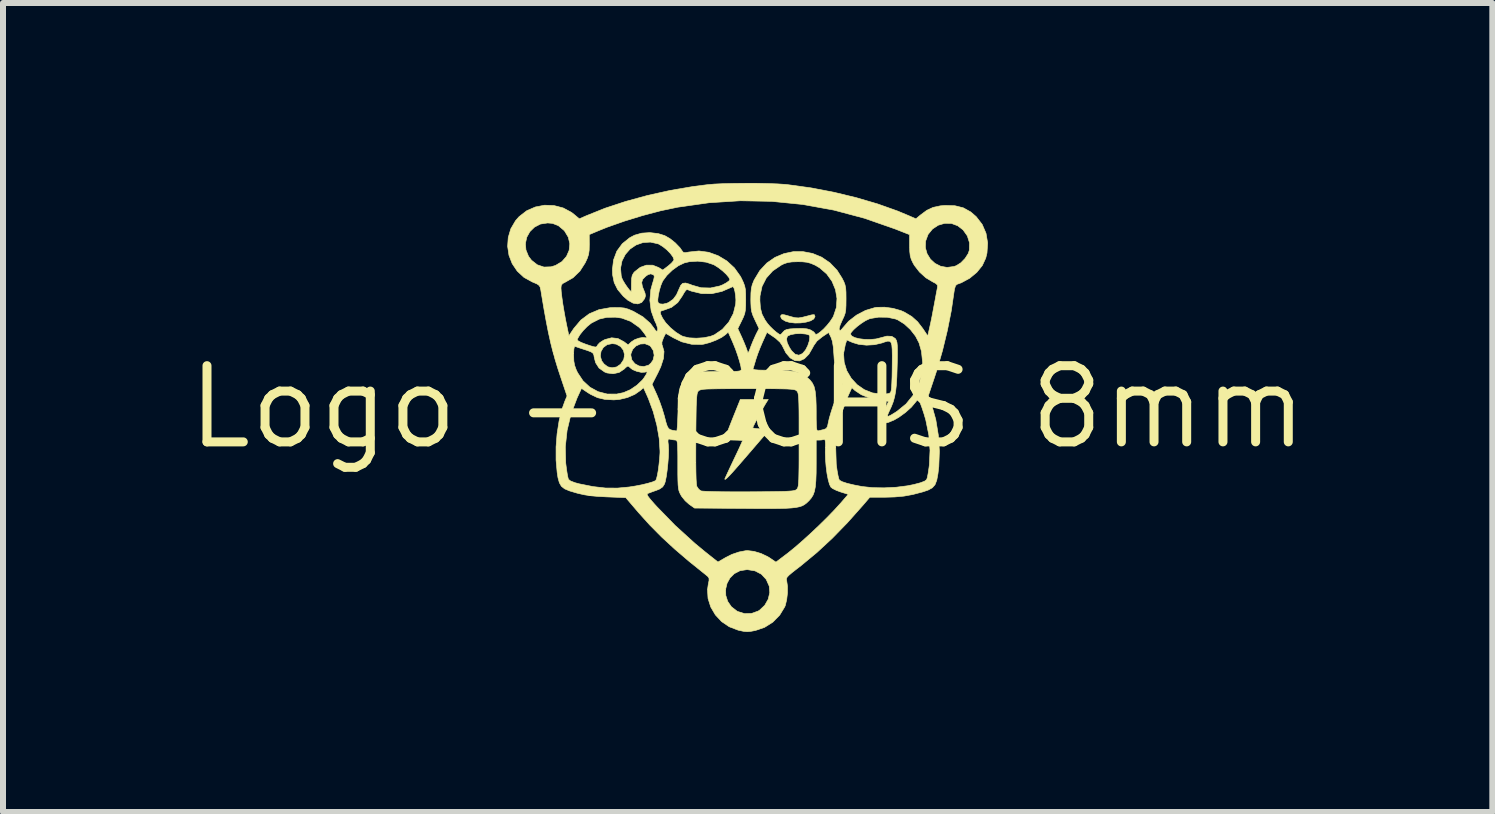
<source format=kicad_pcb>
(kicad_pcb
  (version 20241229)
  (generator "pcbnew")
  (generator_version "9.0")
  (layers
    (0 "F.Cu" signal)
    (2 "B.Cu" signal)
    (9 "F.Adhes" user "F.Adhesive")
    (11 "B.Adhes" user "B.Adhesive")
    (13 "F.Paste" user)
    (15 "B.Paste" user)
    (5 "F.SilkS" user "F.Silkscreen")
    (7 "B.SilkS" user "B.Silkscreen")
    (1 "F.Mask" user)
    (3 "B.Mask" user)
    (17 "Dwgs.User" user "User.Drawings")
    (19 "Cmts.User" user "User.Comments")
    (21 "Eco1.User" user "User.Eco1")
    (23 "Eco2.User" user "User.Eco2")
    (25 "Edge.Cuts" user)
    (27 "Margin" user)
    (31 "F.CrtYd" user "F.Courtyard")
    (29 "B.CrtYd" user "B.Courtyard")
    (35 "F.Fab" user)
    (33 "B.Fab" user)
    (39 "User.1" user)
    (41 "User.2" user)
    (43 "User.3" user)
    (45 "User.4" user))
  (footprint "Logo - CCHS 8mm"
    (layer "F.Cu")
    (at 9.411 3.735)
    (property "Reference" "Logo - CCHS 8mm" (at 0 0 0) (layer "F.SilkS") (effects (font (size 1.27 1.27) (thickness 0.15))))
    (attr through_hole)
    (fp_poly (pts (xy 0.613 -1.538) (xy 0.682 -1.519) (xy 0.712 -1.51) (xy 0.788 -1.49) (xy 0.848 -1.486) (xy 0.914 -1.497) (xy 0.925 -1.5) (xy 0.996 -1.518) (xy 1.056 -1.534) (xy 1.074 -1.538) (xy 1.111 -1.54) (xy 1.122 -1.513) (xy 1.122 -1.507) (xy 1.102 -1.469) (xy 1.05 -1.438) (xy 0.974 -1.416) (xy 0.884 -1.403) (xy 0.789 -1.401) (xy 0.697 -1.412) (xy 0.63 -1.432) (xy 0.57 -1.468) (xy 0.55 -1.505) (xy 0.555 -1.531) (xy 0.573 -1.542) (xy 0.613 -1.538)) (stroke (width 0.01) (type solid)) (fill yes) (layer "F.SilkS"))
    (fp_poly (pts (xy 0.313 -0.079) (xy 0.287 -0.036) (xy 0.25 0.029) (xy 0.208 0.106) (xy 0.165 0.184) (xy 0.127 0.256) (xy 0.099 0.312) (xy 0.085 0.343) (xy 0.085 0.345) (xy 0.104 0.352) (xy 0.155 0.359) (xy 0.226 0.364) (xy 0.226 0.364) (xy 0.367 0.37) (xy 0.009 0.787) (xy -0.108 0.922) (xy -0.2 1.028) (xy -0.27 1.106) (xy -0.321 1.16) (xy -0.355 1.192) (xy -0.374 1.205) (xy -0.381 1.201) (xy -0.381 1.199) (xy -0.372 1.178) (xy -0.348 1.126) (xy -0.312 1.048) (xy -0.267 0.952) (xy -0.233 0.88) (xy -0.183 0.775) (xy -0.14 0.684) (xy -0.108 0.613) (xy -0.089 0.57) (xy -0.085 0.56) (xy -0.104 0.555) (xy -0.155 0.552) (xy -0.227 0.55) (xy -0.233 0.55) (xy -0.306 0.548) (xy -0.359 0.543) (xy -0.381 0.535) (xy -0.381 0.534) (xy -0.374 0.51) (xy -0.353 0.454) (xy -0.321 0.372) (xy -0.282 0.272) (xy -0.252 0.196) (xy -0.122 -0.127) (xy 0.344 -0.127) (xy 0.313 -0.079)) (stroke (width 0.01) (type solid)) (fill yes) (layer "F.SilkS"))
    (fp_poly (pts (xy 0.153 -3.73) (xy 0.335 -3.726) (xy 0.499 -3.72) (xy 0.634 -3.711) (xy 0.677 -3.706) (xy 1.055 -3.654) (xy 1.436 -3.581) (xy 1.809 -3.491) (xy 2.167 -3.386) (xy 2.499 -3.268) (xy 2.688 -3.189) (xy 2.805 -3.138) (xy 2.879 -3.2) (xy 2.985 -3.279) (xy 3.09 -3.328) (xy 3.21 -3.354) (xy 3.291 -3.361) (xy 3.455 -3.356) (xy 3.595 -3.321) (xy 3.719 -3.252) (xy 3.809 -3.174) (xy 3.909 -3.045) (xy 3.973 -2.897) (xy 4 -2.736) (xy 3.989 -2.567) (xy 3.968 -2.482) (xy 3.911 -2.359) (xy 3.819 -2.245) (xy 3.7 -2.147) (xy 3.561 -2.072) (xy 3.489 -2.046) (xy 3.465 -2.023) (xy 3.448 -1.968) (xy 3.439 -1.912) (xy 3.394 -1.605) (xy 3.329 -1.277) (xy 3.248 -0.943) (xy 3.154 -0.617) (xy 3.113 -0.492) (xy 3.012 -0.191) (xy 3.07 -0.027) (xy 3.136 0.209) (xy 3.178 0.467) (xy 3.196 0.733) (xy 3.186 0.994) (xy 3.172 1.111) (xy 3.152 1.219) (xy 3.123 1.294) (xy 3.078 1.345) (xy 3.009 1.383) (xy 2.917 1.414) (xy 2.753 1.457) (xy 2.604 1.484) (xy 2.451 1.498) (xy 2.276 1.503) (xy 2.036 1.503) (xy 1.923 1.635) (xy 1.664 1.926) (xy 1.411 2.186) (xy 1.155 2.423) (xy 0.888 2.644) (xy 0.823 2.694) (xy 0.741 2.758) (xy 0.688 2.803) (xy 0.658 2.835) (xy 0.647 2.861) (xy 0.648 2.886) (xy 0.651 2.896) (xy 0.664 2.986) (xy 0.664 3.096) (xy 0.651 3.209) (xy 0.628 3.305) (xy 0.619 3.328) (xy 0.534 3.468) (xy 0.419 3.585) (xy 0.281 3.672) (xy 0.131 3.723) (xy 0.052 3.738) (xy -0.007 3.743) (xy -0.065 3.738) (xy -0.141 3.722) (xy -0.161 3.717) (xy -0.307 3.661) (xy -0.434 3.575) (xy -0.538 3.463) (xy -0.615 3.332) (xy -0.66 3.19) (xy -0.669 3.041) (xy -0.668 3.037) (xy -0.367 3.037) (xy -0.364 3.14) (xy -0.332 3.239) (xy -0.271 3.328) (xy -0.178 3.4) (xy -0.164 3.407) (xy -0.052 3.442) (xy 0.065 3.439) (xy 0.175 3.4) (xy 0.199 3.385) (xy 0.285 3.304) (xy 0.343 3.202) (xy 0.369 3.091) (xy 0.36 2.985) (xy 0.309 2.871) (xy 0.229 2.785) (xy 0.123 2.73) (xy -0.004 2.709) (xy -0.011 2.709) (xy -0.127 2.727) (xy -0.222 2.776) (xy -0.294 2.848) (xy -0.343 2.937) (xy -0.367 3.037) (xy -0.668 3.037) (xy -0.656 2.953) (xy -0.643 2.89) (xy -0.644 2.852) (xy -0.663 2.824) (xy -0.699 2.794) (xy -0.974 2.573) (xy -1.216 2.366) (xy -1.434 2.165) (xy -1.632 1.965) (xy -1.817 1.76) (xy -1.858 1.712) (xy -2.031 1.509) (xy -2.344 1.497) (xy -2.494 1.489) (xy -2.616 1.478) (xy -2.721 1.462) (xy -2.788 1.447) (xy -1.673 1.447) (xy -1.673 1.465) (xy -1.655 1.495) (xy -1.616 1.544) (xy -1.553 1.616) (xy -1.506 1.667) (xy -1.209 1.972) (xy -0.881 2.27) (xy -0.709 2.412) (xy -0.63 2.475) (xy -0.563 2.528) (xy -0.516 2.565) (xy -0.495 2.582) (xy -0.495 2.582) (xy -0.477 2.572) (xy -0.432 2.546) (xy -0.371 2.51) (xy -0.262 2.455) (xy -0.144 2.415) (xy -0.034 2.394) (xy 0 2.392) (xy 0.106 2.405) (xy 0.223 2.44) (xy 0.333 2.492) (xy 0.364 2.511) (xy 0.472 2.584) (xy 0.675 2.43) (xy 0.782 2.343) (xy 0.909 2.233) (xy 1.047 2.108) (xy 1.189 1.974) (xy 1.325 1.84) (xy 1.447 1.714) (xy 1.548 1.603) (xy 1.551 1.6) (xy 1.677 1.454) (xy 1.551 1.415) (xy 1.478 1.388) (xy 1.416 1.357) (xy 1.388 1.335) (xy 1.365 1.29) (xy 1.343 1.212) (xy 1.323 1.11) (xy 1.308 0.993) (xy 1.298 0.872) (xy 1.294 0.755) (xy 1.295 0.704) (xy 1.296 0.673) (xy 1.468 0.673) (xy 1.477 0.953) (xy 1.479 0.968) (xy 1.492 1.063) (xy 1.507 1.144) (xy 1.521 1.199) (xy 1.531 1.219) (xy 1.577 1.244) (xy 1.659 1.271) (xy 1.773 1.298) (xy 1.912 1.325) (xy 1.916 1.325) (xy 2.084 1.343) (xy 2.275 1.346) (xy 2.474 1.336) (xy 2.663 1.312) (xy 2.768 1.291) (xy 2.878 1.262) (xy 2.949 1.235) (xy 2.983 1.209) (xy 2.984 1.207) (xy 2.996 1.17) (xy 3.009 1.102) (xy 3.022 1.015) (xy 3.029 0.963) (xy 3.04 0.72) (xy 3.02 0.465) (xy 2.969 0.214) (xy 2.941 0.118) (xy 2.905 0.009) (xy 2.878 -0.064) (xy 2.857 -0.105) (xy 2.839 -0.119) (xy 2.821 -0.11) (xy 2.801 -0.085) (xy 2.729 0.001) (xy 2.63 0.09) (xy 2.521 0.169) (xy 2.441 0.215) (xy 2.343 0.256) (xy 2.276 0.269) (xy 2.238 0.252) (xy 2.229 0.204) (xy 2.249 0.126) (xy 2.285 0.041) (xy 2.349 -0.095) (xy 2.185 -0.118) (xy 2.03 -0.152) (xy 1.895 -0.206) (xy 1.791 -0.275) (xy 1.784 -0.281) (xy 1.737 -0.324) (xy 1.671 -0.178) (xy 1.566 0.102) (xy 1.498 0.388) (xy 1.468 0.673) (xy 1.296 0.673) (xy 1.297 0.616) (xy 1.294 0.564) (xy 1.286 0.541) (xy 1.274 0.54) (xy 1.231 0.548) (xy 1.194 0.55) (xy 1.143 0.55) (xy 1.143 0.934) (xy 1.142 1.099) (xy 1.137 1.229) (xy 1.128 1.329) (xy 1.113 1.406) (xy 1.091 1.466) (xy 1.06 1.516) (xy 1.02 1.563) (xy 1.015 1.567) (xy 0.983 1.598) (xy 0.95 1.623) (xy 0.914 1.644) (xy 0.868 1.66) (xy 0.81 1.672) (xy 0.735 1.681) (xy 0.639 1.687) (xy 0.518 1.69) (xy 0.368 1.691) (xy 0.184 1.691) (xy -0.038 1.689) (xy -0.067 1.689) (xy -0.885 1.683) (xy -0.976 1.619) (xy -1.041 1.561) (xy -1.099 1.489) (xy -1.115 1.462) (xy -1.132 1.428) (xy -1.145 1.394) (xy -1.153 1.353) (xy -1.159 1.298) (xy -1.162 1.223) (xy -1.164 1.121) (xy -1.164 0.984) (xy -1.164 0.96) (xy -1.164 0.818) (xy -1.165 0.735) (xy -0.864 0.735) (xy -0.864 0.923) (xy -0.862 1.077) (xy -0.859 1.196) (xy -0.854 1.277) (xy -0.848 1.319) (xy -0.848 1.32) (xy -0.815 1.369) (xy -0.778 1.397) (xy -0.746 1.401) (xy -0.676 1.405) (xy -0.573 1.408) (xy -0.442 1.411) (xy -0.287 1.412) (xy -0.114 1.412) (xy 0.026 1.412) (xy 0.226 1.411) (xy 0.388 1.409) (xy 0.516 1.407) (xy 0.615 1.405) (xy 0.688 1.401) (xy 0.74 1.397) (xy 0.776 1.391) (xy 0.799 1.384) (xy 0.814 1.374) (xy 0.819 1.37) (xy 0.829 1.357) (xy 0.837 1.339) (xy 0.844 1.31) (xy 0.848 1.268) (xy 0.852 1.206) (xy 0.854 1.122) (xy 0.856 1.011) (xy 0.857 0.868) (xy 0.857 0.691) (xy 0.857 0.55) (xy 0.857 0.347) (xy 0.857 0.181) (xy 0.856 0.05) (xy 0.854 -0.052) (xy 0.851 -0.128) (xy 0.847 -0.183) (xy 0.842 -0.221) (xy 0.835 -0.245) (xy 0.826 -0.261) (xy 0.819 -0.269) (xy 0.807 -0.279) (xy 0.789 -0.287) (xy 0.76 -0.293) (xy 0.717 -0.298) (xy 0.656 -0.302) (xy 0.572 -0.304) (xy 0.461 -0.306) (xy 0.318 -0.307) (xy 0.141 -0.307) (xy 0 -0.307) (xy -0.204 -0.307) (xy -0.369 -0.306) (xy -0.501 -0.305) (xy -0.602 -0.303) (xy -0.678 -0.301) (xy -0.733 -0.297) (xy -0.771 -0.291) (xy -0.796 -0.284) (xy -0.812 -0.276) (xy -0.819 -0.269) (xy -0.83 -0.256) (xy -0.838 -0.237) (xy -0.844 -0.207) (xy -0.849 -0.162) (xy -0.853 -0.097) (xy -0.857 -0.009) (xy -0.859 0.107) (xy -0.861 0.255) (xy -0.863 0.439) (xy -0.863 0.516) (xy -0.864 0.735) (xy -1.165 0.735) (xy -1.166 0.713) (xy -1.168 0.64) (xy -1.172 0.592) (xy -1.179 0.565) (xy -1.189 0.553) (xy -1.201 0.55) (xy -1.252 0.544) (xy -1.286 0.537) (xy -1.314 0.532) (xy -1.326 0.542) (xy -1.328 0.576) (xy -1.321 0.638) (xy -1.317 0.716) (xy -1.32 0.819) (xy -1.329 0.935) (xy -1.341 1.052) (xy -1.356 1.158) (xy -1.373 1.242) (xy -1.386 1.282) (xy -1.416 1.33) (xy -1.466 1.365) (xy -1.517 1.386) (xy -1.585 1.41) (xy -1.641 1.431) (xy -1.66 1.438) (xy -1.673 1.447) (xy -2.788 1.447) (xy -2.824 1.439) (xy -2.857 1.43) (xy -2.971 1.396) (xy -3.051 1.362) (xy -3.104 1.32) (xy -3.138 1.261) (xy -3.161 1.178) (xy -3.175 1.087) (xy -3.193 0.884) (xy -3.193 0.666) (xy -3.193 0.664) (xy -3.039 0.664) (xy -3.032 0.933) (xy -3.029 0.957) (xy -3.017 1.05) (xy -3.004 1.131) (xy -2.992 1.187) (xy -2.985 1.205) (xy -2.951 1.232) (xy -2.878 1.26) (xy -2.807 1.279) (xy -2.577 1.325) (xy -2.368 1.349) (xy -2.168 1.35) (xy -1.975 1.332) (xy -1.868 1.315) (xy -1.76 1.294) (xy -1.662 1.27) (xy -1.584 1.247) (xy -1.537 1.227) (xy -1.532 1.224) (xy -1.519 1.195) (xy -1.504 1.134) (xy -1.489 1.05) (xy -1.477 0.954) (xy -1.467 0.856) (xy -1.461 0.765) (xy -1.461 0.729) (xy -1.474 0.524) (xy -1.513 0.302) (xy -1.574 0.075) (xy -1.654 -0.141) (xy -1.675 -0.189) (xy -1.736 -0.324) (xy -1.784 -0.28) (xy -1.881 -0.212) (xy -2.004 -0.159) (xy -2.139 -0.127) (xy -2.231 -0.12) (xy -2.378 -0.128) (xy -2.502 -0.157) (xy -2.617 -0.212) (xy -2.664 -0.241) (xy -2.769 -0.312) (xy -2.843 -0.151) (xy -2.943 0.113) (xy -3.009 0.388) (xy -3.039 0.664) (xy -3.193 0.664) (xy -3.176 0.446) (xy -3.143 0.233) (xy -3.096 0.04) (xy -3.047 -0.097) (xy -3.01 -0.185) (xy -3.113 -0.491) (xy -3.165 -0.648) (xy -3.21 -0.796) (xy -3.228 -0.863) (xy -2.9 -0.863) (xy -2.897 -0.768) (xy -2.884 -0.696) (xy -2.858 -0.624) (xy -2.835 -0.575) (xy -2.744 -0.438) (xy -2.628 -0.331) (xy -2.492 -0.257) (xy -2.342 -0.218) (xy -2.184 -0.217) (xy -2.069 -0.241) (xy -1.955 -0.29) (xy -1.845 -0.365) (xy -1.829 -0.38) (xy -1.593 -0.38) (xy -1.514 -0.207) (xy -1.469 -0.098) (xy -1.425 0.027) (xy -1.39 0.143) (xy -1.387 0.154) (xy -1.362 0.251) (xy -1.341 0.315) (xy -1.32 0.354) (xy -1.294 0.374) (xy -1.26 0.385) (xy -1.249 0.387) (xy -1.203 0.395) (xy -1.182 0.399) (xy -1.177 0.38) (xy -1.172 0.326) (xy -1.167 0.243) (xy -1.163 0.139) (xy -1.16 0.058) (xy -1.156 -0.085) (xy -1.149 -0.194) (xy -1.139 -0.275) (xy -1.122 -0.338) (xy -1.096 -0.388) (xy -1.061 -0.434) (xy -1.023 -0.474) (xy -0.979 -0.515) (xy -0.934 -0.545) (xy -0.881 -0.566) (xy -0.812 -0.58) (xy -0.722 -0.588) (xy -0.602 -0.592) (xy -0.466 -0.593) (xy -0.335 -0.593) (xy -0.24 -0.594) (xy -0.176 -0.597) (xy -0.136 -0.602) (xy -0.115 -0.61) (xy -0.107 -0.622) (xy -0.106 -0.633) (xy -0.107 -0.64) (xy 0.09 -0.64) (xy 0.096 -0.63) (xy 0.125 -0.622) (xy 0.183 -0.617) (xy 0.274 -0.615) (xy 0.388 -0.614) (xy 0.554 -0.612) (xy 0.684 -0.605) (xy 0.785 -0.592) (xy 0.864 -0.571) (xy 0.929 -0.542) (xy 0.983 -0.503) (xy 1.038 -0.453) (xy 1.079 -0.401) (xy 1.108 -0.34) (xy 1.126 -0.262) (xy 1.137 -0.16) (xy 1.142 -0.028) (xy 1.143 0.07) (xy 1.143 0.196) (xy 1.145 0.286) (xy 1.148 0.345) (xy 1.154 0.379) (xy 1.162 0.394) (xy 1.175 0.396) (xy 1.18 0.395) (xy 1.23 0.383) (xy 1.273 0.373) (xy 1.31 0.357) (xy 1.331 0.323) (xy 1.342 0.27) (xy 1.36 0.189) (xy 1.391 0.083) (xy 1.429 -0.034) (xy 1.471 -0.148) (xy 1.511 -0.246) (xy 1.53 -0.287) (xy 1.579 -0.384) (xy 1.514 -0.514) (xy 1.484 -0.581) (xy 1.463 -0.643) (xy 1.45 -0.713) (xy 1.442 -0.805) (xy 1.438 -0.867) (xy 1.436 -0.893) (xy 1.599 -0.893) (xy 1.609 -0.746) (xy 1.652 -0.607) (xy 1.726 -0.481) (xy 1.824 -0.374) (xy 1.945 -0.29) (xy 2.082 -0.236) (xy 2.232 -0.217) (xy 2.254 -0.217) (xy 2.325 -0.221) (xy 2.364 -0.23) (xy 2.384 -0.248) (xy 2.394 -0.282) (xy 2.394 -0.286) (xy 2.399 -0.328) (xy 2.403 -0.403) (xy 2.407 -0.504) (xy 2.409 -0.622) (xy 2.41 -0.715) (xy 2.411 -0.857) (xy 2.409 -0.962) (xy 2.403 -1.034) (xy 2.389 -1.078) (xy 2.367 -1.097) (xy 2.332 -1.099) (xy 2.284 -1.085) (xy 2.239 -1.069) (xy 2.116 -1.04) (xy 1.981 -1.032) (xy 1.85 -1.046) (xy 1.75 -1.076) (xy 1.653 -1.118) (xy 1.628 -1.042) (xy 1.599 -0.893) (xy 1.436 -0.893) (xy 1.428 -1.001) (xy 1.412 -1.098) (xy 1.389 -1.165) (xy 1.388 -1.166) (xy 1.363 -1.217) (xy 1.714 -1.217) (xy 1.734 -1.185) (xy 1.786 -1.158) (xy 1.862 -1.139) (xy 1.953 -1.128) (xy 2.049 -1.127) (xy 2.141 -1.136) (xy 2.212 -1.154) (xy 2.321 -1.183) (xy 2.403 -1.179) (xy 2.459 -1.144) (xy 2.468 -1.132) (xy 2.48 -1.109) (xy 2.489 -1.077) (xy 2.494 -1.03) (xy 2.496 -0.963) (xy 2.496 -0.869) (xy 2.494 -0.741) (xy 2.492 -0.672) (xy 2.487 -0.504) (xy 2.479 -0.371) (xy 2.467 -0.263) (xy 2.45 -0.172) (xy 2.427 -0.089) (xy 2.395 -0.007) (xy 2.361 0.066) (xy 2.337 0.12) (xy 2.331 0.149) (xy 2.348 0.153) (xy 2.391 0.132) (xy 2.463 0.088) (xy 2.493 0.068) (xy 2.641 -0.053) (xy 2.76 -0.2) (xy 2.847 -0.368) (xy 2.9 -0.549) (xy 2.917 -0.738) (xy 2.897 -0.93) (xy 2.857 -1.069) (xy 2.798 -1.183) (xy 2.713 -1.292) (xy 2.612 -1.385) (xy 2.505 -1.452) (xy 2.466 -1.468) (xy 2.33 -1.497) (xy 2.183 -1.499) (xy 2.045 -1.476) (xy 2.025 -1.469) (xy 1.965 -1.441) (xy 1.895 -1.396) (xy 1.826 -1.344) (xy 1.767 -1.291) (xy 1.726 -1.245) (xy 1.714 -1.217) (xy 1.363 -1.217) (xy 1.35 -1.243) (xy 1.241 -1.17) (xy 1.155 -1.1) (xy 1.099 -1.021) (xy 1.088 -0.998) (xy 1.021 -0.882) (xy 0.946 -0.806) (xy 0.867 -0.77) (xy 0.787 -0.775) (xy 0.709 -0.82) (xy 0.637 -0.905) (xy 0.575 -1.028) (xy 0.539 -1.081) (xy 0.478 -1.137) (xy 0.648 -1.137) (xy 0.66 -1.071) (xy 0.698 -0.992) (xy 0.734 -0.937) (xy 0.793 -0.88) (xy 0.854 -0.865) (xy 0.914 -0.892) (xy 0.965 -0.951) (xy 1.002 -1.023) (xy 1.027 -1.099) (xy 1.031 -1.119) (xy 1.036 -1.173) (xy 1.026 -1.2) (xy 0.99 -1.213) (xy 0.964 -1.218) (xy 0.882 -1.226) (xy 0.796 -1.222) (xy 0.72 -1.208) (xy 0.669 -1.186) (xy 0.664 -1.181) (xy 0.648 -1.137) (xy 0.478 -1.137) (xy 0.476 -1.14) (xy 0.435 -1.169) (xy 0.322 -1.246) (xy 0.248 -1.083) (xy 0.207 -0.987) (xy 0.168 -0.886) (xy 0.139 -0.8) (xy 0.137 -0.794) (xy 0.116 -0.722) (xy 0.099 -0.666) (xy 0.09 -0.64) (xy -0.107 -0.64) (xy -0.114 -0.684) (xy -0.135 -0.764) (xy -0.165 -0.861) (xy -0.202 -0.966) (xy -0.243 -1.067) (xy -0.26 -1.107) (xy -0.324 -1.25) (xy -0.368 -1.208) (xy -0.435 -1.161) (xy -0.528 -1.115) (xy -0.633 -1.075) (xy -0.732 -1.049) (xy -0.768 -1.044) (xy -0.933 -1.047) (xy -1.099 -1.088) (xy -1.238 -1.155) (xy -1.3 -1.191) (xy -1.346 -1.218) (xy -1.365 -1.228) (xy -1.375 -1.21) (xy -1.397 -1.167) (xy -1.406 -1.146) (xy -1.429 -1.083) (xy -1.428 -1.039) (xy -1.42 -1.02) (xy -1.394 -0.927) (xy -1.403 -0.811) (xy -1.448 -0.672) (xy -1.495 -0.571) (xy -1.593 -0.38) (xy -1.829 -0.38) (xy -1.754 -0.452) (xy -1.726 -0.489) (xy -1.688 -0.549) (xy -1.675 -0.58) (xy -1.686 -0.589) (xy -1.713 -0.582) (xy -1.773 -0.579) (xy -1.848 -0.596) (xy -1.918 -0.625) (xy -1.957 -0.655) (xy -1.983 -0.68) (xy -2.004 -0.681) (xy -2.035 -0.657) (xy -2.056 -0.635) (xy -2.141 -0.578) (xy -2.241 -0.556) (xy -2.344 -0.569) (xy -2.384 -0.585) (xy -2.477 -0.651) (xy -2.534 -0.74) (xy -2.555 -0.821) (xy -2.56 -0.849) (xy -2.455 -0.849) (xy -2.433 -0.771) (xy -2.393 -0.718) (xy -2.331 -0.671) (xy -2.263 -0.656) (xy -2.254 -0.656) (xy -2.184 -0.669) (xy -2.122 -0.711) (xy -2.115 -0.718) (xy -2.065 -0.793) (xy -2.053 -0.862) (xy -1.947 -0.862) (xy -1.929 -0.784) (xy -1.879 -0.723) (xy -1.81 -0.685) (xy -1.729 -0.676) (xy -1.65 -0.699) (xy -1.612 -0.733) (xy -1.576 -0.784) (xy -1.576 -0.785) (xy -1.558 -0.863) (xy -1.573 -0.943) (xy -1.617 -1.011) (xy -1.636 -1.027) (xy -1.711 -1.056) (xy -1.79 -1.051) (xy -1.862 -1.018) (xy -1.917 -0.961) (xy -1.946 -0.886) (xy -1.947 -0.862) (xy -2.053 -0.862) (xy -2.052 -0.872) (xy -2.07 -0.947) (xy -2.118 -1.009) (xy -2.19 -1.049) (xy -2.256 -1.058) (xy -2.341 -1.041) (xy -2.405 -0.994) (xy -2.444 -0.927) (xy -2.455 -0.849) (xy -2.56 -0.849) (xy -2.563 -0.867) (xy -2.577 -0.897) (xy -2.608 -0.919) (xy -2.664 -0.941) (xy -2.707 -0.955) (xy -2.781 -0.979) (xy -2.841 -0.999) (xy -2.873 -1.011) (xy -2.873 -1.011) (xy -2.888 -1.004) (xy -2.896 -0.968) (xy -2.9 -0.898) (xy -2.9 -0.863) (xy -3.228 -0.863) (xy -3.25 -0.94) (xy -3.287 -1.088) (xy -3.294 -1.123) (xy -2.841 -1.123) (xy -2.825 -1.104) (xy -2.776 -1.078) (xy -2.701 -1.049) (xy -2.699 -1.048) (xy -2.615 -1.02) (xy -2.562 -1.005) (xy -2.531 -1.001) (xy -2.515 -1.009) (xy -2.503 -1.028) (xy -2.497 -1.039) (xy -2.464 -1.074) (xy -2.407 -1.111) (xy -2.377 -1.126) (xy -2.267 -1.155) (xy -2.162 -1.143) (xy -2.061 -1.089) (xy -2.06 -1.088) (xy -1.992 -1.037) (xy -1.937 -1.088) (xy -1.882 -1.124) (xy -1.813 -1.149) (xy -1.745 -1.161) (xy -1.695 -1.154) (xy -1.691 -1.152) (xy -1.679 -1.152) (xy -1.688 -1.175) (xy -1.713 -1.215) (xy -1.748 -1.261) (xy -1.786 -1.307) (xy -1.816 -1.335) (xy -1.95 -1.429) (xy -2.097 -1.483) (xy -2.201 -1.498) (xy -2.346 -1.496) (xy -2.472 -1.467) (xy -2.593 -1.406) (xy -2.611 -1.395) (xy -2.676 -1.342) (xy -2.742 -1.274) (xy -2.798 -1.203) (xy -2.834 -1.141) (xy -2.841 -1.123) (xy -3.294 -1.123) (xy -3.322 -1.248) (xy -3.357 -1.427) (xy -3.394 -1.631) (xy -3.434 -1.868) (xy -3.446 -1.943) (xy -3.454 -1.984) (xy -3.111 -1.984) (xy -3.107 -1.923) (xy -3.096 -1.831) (xy -3.08 -1.717) (xy -3.059 -1.592) (xy -3.036 -1.464) (xy -3.013 -1.351) (xy -2.979 -1.189) (xy -2.897 -1.311) (xy -2.78 -1.45) (xy -2.64 -1.555) (xy -2.477 -1.624) (xy -2.292 -1.657) (xy -2.223 -1.659) (xy -2.126 -1.658) (xy -2.055 -1.651) (xy -1.991 -1.633) (xy -1.918 -1.602) (xy -1.904 -1.596) (xy -1.745 -1.504) (xy -1.623 -1.397) (xy -1.564 -1.319) (xy -1.533 -1.274) (xy -1.512 -1.263) (xy -1.5 -1.276) (xy -1.5 -1.316) (xy -1.524 -1.388) (xy -1.55 -1.442) (xy -1.601 -1.585) (xy -1.456 -1.585) (xy -1.449 -1.547) (xy -1.419 -1.484) (xy -1.365 -1.405) (xy -1.285 -1.321) (xy -1.194 -1.246) (xy -1.104 -1.19) (xy -1.074 -1.177) (xy -0.975 -1.154) (xy -0.856 -1.148) (xy -0.732 -1.156) (xy -0.62 -1.179) (xy -0.555 -1.204) (xy -0.421 -1.296) (xy -0.314 -1.417) (xy -0.238 -1.56) (xy -0.199 -1.718) (xy -0.199 -1.719) (xy -0.196 -1.786) (xy -0.201 -1.859) (xy -0.212 -1.928) (xy -0.226 -1.98) (xy -0.243 -2.006) (xy -0.25 -2.006) (xy -0.429 -1.928) (xy -0.6 -1.89) (xy -0.768 -1.892) (xy -0.938 -1.933) (xy -1.008 -1.96) (xy -1.029 -1.948) (xy -1.059 -1.906) (xy -1.089 -1.853) (xy -1.165 -1.742) (xy -1.269 -1.662) (xy -1.393 -1.617) (xy -1.438 -1.604) (xy -1.456 -1.585) (xy -1.601 -1.585) (xy -1.608 -1.605) (xy -1.63 -1.78) (xy -1.629 -1.788) (xy -1.498 -1.788) (xy -1.494 -1.744) (xy -1.465 -1.721) (xy -1.411 -1.716) (xy -1.346 -1.731) (xy -1.317 -1.744) (xy -1.241 -1.797) (xy -1.186 -1.871) (xy -1.146 -1.961) (xy -1.116 -2.028) (xy -1.082 -2.063) (xy -1.033 -2.068) (xy -0.96 -2.046) (xy -0.926 -2.032) (xy -0.776 -1.989) (xy -0.619 -1.985) (xy -0.467 -2.018) (xy -0.418 -2.037) (xy -0.355 -2.071) (xy -0.311 -2.103) (xy -0.296 -2.124) (xy -0.313 -2.161) (xy -0.356 -2.213) (xy -0.417 -2.27) (xy -0.486 -2.324) (xy -0.554 -2.367) (xy -0.567 -2.374) (xy -0.69 -2.415) (xy -0.831 -2.432) (xy -0.971 -2.423) (xy -1.056 -2.403) (xy -1.154 -2.356) (xy -1.256 -2.282) (xy -1.347 -2.194) (xy -1.413 -2.105) (xy -1.42 -2.092) (xy -1.448 -2.024) (xy -1.472 -1.942) (xy -1.489 -1.859) (xy -1.498 -1.788) (xy -1.629 -1.788) (xy -1.614 -1.956) (xy -1.588 -2.051) (xy -1.565 -2.127) (xy -1.556 -2.173) (xy -1.562 -2.197) (xy -1.57 -2.204) (xy -1.614 -2.221) (xy -1.659 -2.208) (xy -1.7 -2.18) (xy -1.749 -2.13) (xy -1.766 -2.076) (xy -1.754 -2.008) (xy -1.735 -1.961) (xy -1.71 -1.898) (xy -1.703 -1.855) (xy -1.714 -1.816) (xy -1.719 -1.805) (xy -1.766 -1.744) (xy -1.831 -1.72) (xy -1.908 -1.732) (xy -1.995 -1.78) (xy -2.073 -1.848) (xy -2.167 -1.96) (xy -2.224 -2.075) (xy -2.251 -2.206) (xy -2.254 -2.286) (xy -2.251 -2.316) (xy -2.118 -2.316) (xy -2.107 -2.187) (xy -2.096 -2.149) (xy -2.075 -2.105) (xy -2.041 -2.049) (xy -2.002 -1.993) (xy -1.967 -1.948) (xy -1.942 -1.927) (xy -1.94 -1.926) (xy -1.938 -1.945) (xy -1.937 -1.996) (xy -1.937 -2.062) (xy -1.934 -2.142) (xy -1.924 -2.194) (xy -1.902 -2.234) (xy -1.884 -2.255) (xy -1.79 -2.329) (xy -1.687 -2.366) (xy -1.582 -2.365) (xy -1.485 -2.327) (xy -1.414 -2.284) (xy -1.322 -2.354) (xy -1.27 -2.399) (xy -1.236 -2.439) (xy -1.228 -2.458) (xy -1.244 -2.502) (xy -1.286 -2.559) (xy -1.345 -2.62) (xy -1.412 -2.674) (xy -1.476 -2.714) (xy -1.492 -2.721) (xy -1.621 -2.75) (xy -1.745 -2.742) (xy -1.86 -2.702) (xy -1.96 -2.634) (xy -2.039 -2.544) (xy -2.094 -2.436) (xy -2.118 -2.316) (xy -2.251 -2.316) (xy -2.235 -2.452) (xy -2.18 -2.599) (xy -2.089 -2.723) (xy -1.965 -2.823) (xy -1.885 -2.865) (xy -1.766 -2.899) (xy -1.63 -2.908) (xy -1.491 -2.892) (xy -1.382 -2.858) (xy -1.295 -2.808) (xy -1.206 -2.737) (xy -1.129 -2.657) (xy -1.088 -2.598) (xy -1.07 -2.578) (xy -1.038 -2.574) (xy -0.98 -2.584) (xy -0.973 -2.585) (xy -0.812 -2.602) (xy -0.649 -2.58) (xy -0.492 -2.523) (xy -0.347 -2.436) (xy -0.221 -2.32) (xy -0.121 -2.18) (xy -0.101 -2.142) (xy -0.069 -2.073) (xy -0.049 -2.017) (xy -0.037 -1.958) (xy -0.033 -1.885) (xy -0.032 -1.788) (xy -0.033 -1.687) (xy -0.038 -1.614) (xy -0.049 -1.557) (xy -0.07 -1.501) (xy -0.098 -1.442) (xy -0.164 -1.308) (xy -0.094 -1.156) (xy -0.059 -1.075) (xy -0.029 -1.001) (xy -0.01 -0.948) (xy -0.009 -0.944) (xy -0.000053 -0.913) (xy 0.009 -0.908) (xy 0.024 -0.932) (xy 0.047 -0.991) (xy 0.053 -1.009) (xy 0.087 -1.094) (xy 0.124 -1.177) (xy 0.145 -1.222) (xy 0.19 -1.309) (xy 0.121 -1.454) (xy 0.088 -1.527) (xy 0.068 -1.588) (xy 0.058 -1.65) (xy 0.054 -1.731) (xy 0.053 -1.778) (xy 0.204 -1.778) (xy 0.213 -1.651) (xy 0.24 -1.547) (xy 0.291 -1.45) (xy 0.332 -1.392) (xy 0.373 -1.345) (xy 0.426 -1.293) (xy 0.48 -1.247) (xy 0.525 -1.215) (xy 0.546 -1.206) (xy 0.564 -1.221) (xy 0.593 -1.254) (xy 0.617 -1.278) (xy 0.651 -1.293) (xy 0.704 -1.303) (xy 0.786 -1.308) (xy 0.81 -1.309) (xy 0.915 -1.311) (xy 0.989 -1.304) (xy 1.043 -1.288) (xy 1.055 -1.282) (xy 1.1 -1.254) (xy 1.121 -1.23) (xy 1.122 -1.227) (xy 1.134 -1.21) (xy 1.166 -1.22) (xy 1.212 -1.253) (xy 1.267 -1.302) (xy 1.323 -1.362) (xy 1.376 -1.428) (xy 1.419 -1.493) (xy 1.431 -1.516) (xy 1.479 -1.66) (xy 1.489 -1.81) (xy 1.464 -1.957) (xy 1.406 -2.097) (xy 1.317 -2.22) (xy 1.2 -2.321) (xy 1.126 -2.365) (xy 1.053 -2.396) (xy 0.987 -2.414) (xy 0.91 -2.422) (xy 0.836 -2.423) (xy 0.74 -2.42) (xy 0.67 -2.41) (xy 0.608 -2.39) (xy 0.561 -2.367) (xy 0.418 -2.27) (xy 0.311 -2.151) (xy 0.24 -2.012) (xy 0.206 -1.852) (xy 0.204 -1.778) (xy 0.053 -1.778) (xy 0.053 -1.799) (xy 0.055 -1.903) (xy 0.062 -1.978) (xy 0.077 -2.04) (xy 0.102 -2.103) (xy 0.109 -2.119) (xy 0.203 -2.275) (xy 0.32 -2.401) (xy 0.456 -2.495) (xy 0.606 -2.558) (xy 0.763 -2.591) (xy 0.924 -2.591) (xy 1.082 -2.561) (xy 1.233 -2.499) (xy 1.371 -2.405) (xy 1.491 -2.28) (xy 1.573 -2.15) (xy 1.604 -2.089) (xy 1.623 -2.038) (xy 1.634 -1.984) (xy 1.639 -1.915) (xy 1.64 -1.818) (xy 1.64 -1.798) (xy 1.639 -1.695) (xy 1.635 -1.621) (xy 1.625 -1.563) (xy 1.606 -1.51) (xy 1.577 -1.448) (xy 1.575 -1.444) (xy 1.542 -1.368) (xy 1.526 -1.312) (xy 1.527 -1.286) (xy 1.546 -1.276) (xy 1.573 -1.303) (xy 1.58 -1.312) (xy 1.683 -1.431) (xy 1.815 -1.533) (xy 1.964 -1.611) (xy 2.117 -1.657) (xy 2.152 -1.663) (xy 2.281 -1.665) (xy 2.422 -1.646) (xy 2.555 -1.608) (xy 2.614 -1.582) (xy 2.736 -1.509) (xy 2.833 -1.422) (xy 2.919 -1.31) (xy 3.002 -1.186) (xy 3.034 -1.328) (xy 3.052 -1.41) (xy 3.074 -1.518) (xy 3.096 -1.635) (xy 3.111 -1.714) (xy 3.13 -1.815) (xy 3.146 -1.904) (xy 3.159 -1.97) (xy 3.165 -2.002) (xy 3.163 -2.034) (xy 3.135 -2.061) (xy 3.085 -2.087) (xy 2.971 -2.155) (xy 2.864 -2.252) (xy 2.778 -2.363) (xy 2.756 -2.402) (xy 2.727 -2.463) (xy 2.71 -2.522) (xy 2.702 -2.592) (xy 2.7 -2.658) (xy 2.962 -2.658) (xy 2.991 -2.556) (xy 3.046 -2.466) (xy 3.123 -2.395) (xy 3.218 -2.347) (xy 3.324 -2.328) (xy 3.438 -2.343) (xy 3.478 -2.357) (xy 3.554 -2.405) (xy 3.624 -2.477) (xy 3.676 -2.558) (xy 3.695 -2.614) (xy 3.698 -2.738) (xy 3.662 -2.853) (xy 3.591 -2.953) (xy 3.502 -3.022) (xy 3.397 -3.061) (xy 3.285 -3.063) (xy 3.176 -3.031) (xy 3.081 -2.968) (xy 3.007 -2.877) (xy 3.007 -2.876) (xy 2.966 -2.766) (xy 2.962 -2.658) (xy 2.7 -2.658) (xy 2.699 -2.69) (xy 2.699 -2.691) (xy 2.699 -2.874) (xy 2.455 -2.97) (xy 1.948 -3.147) (xy 1.437 -3.283) (xy 0.92 -3.377) (xy 0.401 -3.429) (xy -0.12 -3.439) (xy -0.642 -3.406) (xy -1.164 -3.332) (xy -1.45 -3.272) (xy -1.752 -3.192) (xy -2.055 -3.099) (xy -2.342 -2.998) (xy -2.488 -2.939) (xy -2.64 -2.875) (xy -2.639 -2.71) (xy -2.641 -2.616) (xy -2.651 -2.545) (xy -2.673 -2.479) (xy -2.707 -2.405) (xy -2.796 -2.266) (xy -2.91 -2.156) (xy -3.034 -2.085) (xy -3.085 -2.058) (xy -3.107 -2.027) (xy -3.111 -1.984) (xy -3.454 -1.984) (xy -3.456 -1.994) (xy -3.474 -2.026) (xy -3.508 -2.051) (xy -3.57 -2.078) (xy -3.588 -2.085) (xy -3.728 -2.162) (xy -3.84 -2.266) (xy -3.924 -2.391) (xy -3.978 -2.53) (xy -4 -2.678) (xy -3.997 -2.727) (xy -3.704 -2.727) (xy -3.695 -2.619) (xy -3.652 -2.513) (xy -3.602 -2.447) (xy -3.505 -2.371) (xy -3.395 -2.334) (xy -3.277 -2.338) (xy -3.202 -2.361) (xy -3.095 -2.425) (xy -3.019 -2.512) (xy -2.975 -2.613) (xy -2.964 -2.722) (xy -2.989 -2.831) (xy -3.05 -2.933) (xy -3.065 -2.949) (xy -3.155 -3.024) (xy -3.252 -3.062) (xy -3.334 -3.069) (xy -3.453 -3.051) (xy -3.552 -3) (xy -3.629 -2.925) (xy -3.681 -2.832) (xy -3.704 -2.727) (xy -3.997 -2.727) (xy -3.99 -2.827) (xy -3.947 -2.972) (xy -3.868 -3.107) (xy -3.809 -3.174) (xy -3.683 -3.272) (xy -3.539 -3.335) (xy -3.384 -3.365) (xy -3.227 -3.359) (xy -3.074 -3.319) (xy -2.934 -3.244) (xy -2.89 -3.209) (xy -2.805 -3.138) (xy -2.689 -3.189) (xy -2.378 -3.314) (xy -2.035 -3.427) (xy -1.67 -3.527) (xy -1.292 -3.611) (xy -0.912 -3.676) (xy -0.677 -3.706) (xy -0.556 -3.717) (xy -0.402 -3.724) (xy -0.225 -3.728) (xy -0.037 -3.73) (xy 0.153 -3.73)) (stroke (width 0.01) (type solid)) (fill yes) (layer "F.SilkS")))
  (gr_rect
    (start -3 -3)
    (end 21.823 10.484)
    (stroke (width 0.1) (type default))
    (fill no)
    (layer "Edge.Cuts")))
</source>
